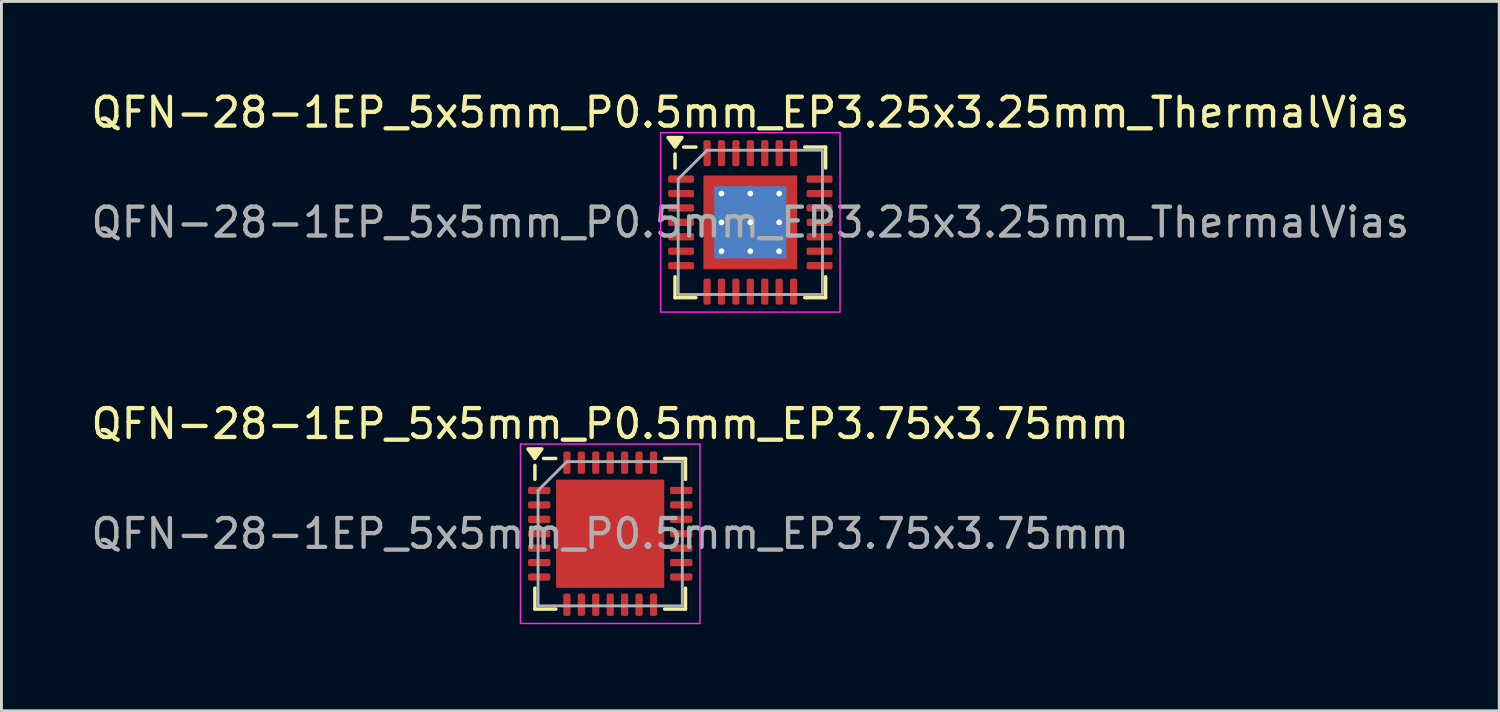
<source format=kicad_pcb>
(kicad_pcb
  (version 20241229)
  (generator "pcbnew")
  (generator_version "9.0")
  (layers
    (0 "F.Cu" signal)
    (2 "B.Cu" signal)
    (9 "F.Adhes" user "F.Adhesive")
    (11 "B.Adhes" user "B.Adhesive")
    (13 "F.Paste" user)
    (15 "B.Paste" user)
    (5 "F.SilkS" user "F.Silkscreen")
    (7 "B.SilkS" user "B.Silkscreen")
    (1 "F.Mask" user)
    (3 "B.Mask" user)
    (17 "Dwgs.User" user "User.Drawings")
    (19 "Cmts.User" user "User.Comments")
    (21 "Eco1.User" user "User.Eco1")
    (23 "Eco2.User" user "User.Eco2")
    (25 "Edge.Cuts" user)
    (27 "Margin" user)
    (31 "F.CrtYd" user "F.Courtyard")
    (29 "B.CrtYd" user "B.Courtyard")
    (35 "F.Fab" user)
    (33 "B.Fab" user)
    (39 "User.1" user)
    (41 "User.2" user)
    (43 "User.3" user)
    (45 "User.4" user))
  (footprint "QFN-28-1EP_5x5mm_P0.5mm_EP3.25x3.25mm_ThermalVias"
    (layer "F.Cu")
    (at 22.958 4.658)
    (property "Reference" "QFN-28-1EP_5x5mm_P0.5mm_EP3.25x3.25mm_ThermalVias" (at 0 -3.81 0) (layer "F.SilkS") (effects (font (size 1 1) (thickness 0.15))))
    (attr smd)
    (fp_line (start -2.61 -1.885) (end -2.61 -2.37) (stroke (width 0.12) (type solid)) (layer "F.SilkS"))
    (fp_line (start -2.61 2.61) (end -2.61 1.885) (stroke (width 0.12) (type solid)) (layer "F.SilkS"))
    (fp_line (start -1.885 -2.61) (end -2.31 -2.61) (stroke (width 0.12) (type solid)) (layer "F.SilkS"))
    (fp_line (start -1.885 2.61) (end -2.61 2.61) (stroke (width 0.12) (type solid)) (layer "F.SilkS"))
    (fp_line (start 1.885 -2.61) (end 2.61 -2.61) (stroke (width 0.12) (type solid)) (layer "F.SilkS"))
    (fp_line (start 1.885 2.61) (end 2.61 2.61) (stroke (width 0.12) (type solid)) (layer "F.SilkS"))
    (fp_line (start 2.61 -2.61) (end 2.61 -1.885) (stroke (width 0.12) (type solid)) (layer "F.SilkS"))
    (fp_line (start 2.61 2.61) (end 2.61 1.885) (stroke (width 0.12) (type solid)) (layer "F.SilkS"))
    (fp_poly (pts (xy -2.61 -2.61) (xy -2.85 -2.94) (xy -2.37 -2.94)) (stroke (width 0.12) (type solid)) (fill yes) (layer "F.SilkS"))
    (fp_rect (start -3.11 -3.11) (end 3.11 3.11) (stroke (width 0.05) (type solid)) (fill no) (layer "F.CrtYd"))
    (fp_poly (pts (xy -2.5 -1.5) (xy -2.5 2.5) (xy 2.5 2.5) (xy 2.5 -2.5) (xy -1.5 -2.5)) (stroke (width 0.1) (type solid)) (fill no) (layer "F.Fab"))
    (fp_text user "${REFERENCE}" (at 0 0 0) (layer "F.Fab") (effects (font (size 1 1) (thickness 0.15))))
    (pad "" smd custom (at -1.312 -1.312) (size 0.342 0.342) (layers "F.Paste") (options (anchor circle)) (primitives (gr_poly (pts (xy -0.128 -0.128) (xy 0.128 -0.128) (xy 0.128 -0.037) (xy -0.037 0.128) (xy -0.128 0.128)) (width 0.256) (fill yes))))
    (pad "" smd custom (at -1.312 -0.5) (size 0.366 0.366) (layers "F.Paste") (options (anchor circle)) (primitives (gr_poly (pts (xy -0.128 -0.281) (xy -0.003 -0.281) (xy 0.128 -0.15) (xy 0.128 0.15) (xy -0.003 0.281) (xy -0.128 0.281)) (width 0.256) (fill yes))))
    (pad "" smd custom (at -1.312 0.5) (size 0.366 0.366) (layers "F.Paste") (options (anchor circle)) (primitives (gr_poly (pts (xy -0.128 -0.281) (xy -0.003 -0.281) (xy 0.128 -0.15) (xy 0.128 0.15) (xy -0.003 0.281) (xy -0.128 0.281)) (width 0.256) (fill yes))))
    (pad "" smd custom (at -1.312 1.312) (size 0.342 0.342) (layers "F.Paste") (options (anchor circle)) (primitives (gr_poly (pts (xy -0.128 -0.128) (xy -0.037 -0.128) (xy 0.128 0.037) (xy 0.128 0.128) (xy -0.128 0.128)) (width 0.256) (fill yes))))
    (pad "" smd custom (at -0.5 -1.312) (size 0.366 0.366) (layers "F.Paste") (options (anchor circle)) (primitives (gr_poly (pts (xy -0.281 -0.128) (xy 0.281 -0.128) (xy 0.281 -0.003) (xy 0.15 0.128) (xy -0.15 0.128) (xy -0.281 -0.003)) (width 0.256) (fill yes))))
    (pad "" smd custom (at -0.5 -0.5) (size 0.697 0.697) (layers "F.Paste") (options (anchor circle)) (primitives (gr_poly (pts (xy -0.288 -0.187) (xy -0.187 -0.288) (xy 0.187 -0.288) (xy 0.288 -0.187) (xy 0.288 0.187) (xy 0.187 0.288) (xy -0.187 0.288) (xy -0.288 0.187)) (width 0.243) (fill yes))))
    (pad "" smd custom (at -0.5 0.5) (size 0.697 0.697) (layers "F.Paste") (options (anchor circle)) (primitives (gr_poly (pts (xy -0.288 -0.187) (xy -0.187 -0.288) (xy 0.187 -0.288) (xy 0.288 -0.187) (xy 0.288 0.187) (xy 0.187 0.288) (xy -0.187 0.288) (xy -0.288 0.187)) (width 0.243) (fill yes))))
    (pad "" smd custom (at -0.5 1.312) (size 0.366 0.366) (layers "F.Paste") (options (anchor circle)) (primitives (gr_poly (pts (xy -0.281 0.003) (xy -0.15 -0.128) (xy 0.15 -0.128) (xy 0.281 0.003) (xy 0.281 0.128) (xy -0.281 0.128)) (width 0.256) (fill yes))))
    (pad "" smd custom (at 0.5 -1.312) (size 0.366 0.366) (layers "F.Paste") (options (anchor circle)) (primitives (gr_poly (pts (xy -0.281 -0.128) (xy 0.281 -0.128) (xy 0.281 -0.003) (xy 0.15 0.128) (xy -0.15 0.128) (xy -0.281 -0.003)) (width 0.256) (fill yes))))
    (pad "" smd custom (at 0.5 -0.5) (size 0.697 0.697) (layers "F.Paste") (options (anchor circle)) (primitives (gr_poly (pts (xy -0.288 -0.187) (xy -0.187 -0.288) (xy 0.187 -0.288) (xy 0.288 -0.187) (xy 0.288 0.187) (xy 0.187 0.288) (xy -0.187 0.288) (xy -0.288 0.187)) (width 0.243) (fill yes))))
    (pad "" smd custom (at 0.5 0.5) (size 0.697 0.697) (layers "F.Paste") (options (anchor circle)) (primitives (gr_poly (pts (xy -0.288 -0.187) (xy -0.187 -0.288) (xy 0.187 -0.288) (xy 0.288 -0.187) (xy 0.288 0.187) (xy 0.187 0.288) (xy -0.187 0.288) (xy -0.288 0.187)) (width 0.243) (fill yes))))
    (pad "" smd custom (at 0.5 1.312) (size 0.366 0.366) (layers "F.Paste") (options (anchor circle)) (primitives (gr_poly (pts (xy -0.281 0.003) (xy -0.15 -0.128) (xy 0.15 -0.128) (xy 0.281 0.003) (xy 0.281 0.128) (xy -0.281 0.128)) (width 0.256) (fill yes))))
    (pad "" smd custom (at 1.312 -1.312) (size 0.342 0.342) (layers "F.Paste") (options (anchor circle)) (primitives (gr_poly (pts (xy -0.128 -0.128) (xy 0.128 -0.128) (xy 0.128 0.128) (xy 0.037 0.128) (xy -0.128 -0.037)) (width 0.256) (fill yes))))
    (pad "" smd custom (at 1.312 -0.5) (size 0.366 0.366) (layers "F.Paste") (options (anchor circle)) (primitives (gr_poly (pts (xy -0.128 -0.15) (xy 0.003 -0.281) (xy 0.128 -0.281) (xy 0.128 0.281) (xy 0.003 0.281) (xy -0.128 0.15)) (width 0.256) (fill yes))))
    (pad "" smd custom (at 1.312 0.5) (size 0.366 0.366) (layers "F.Paste") (options (anchor circle)) (primitives (gr_poly (pts (xy -0.128 -0.15) (xy 0.003 -0.281) (xy 0.128 -0.281) (xy 0.128 0.281) (xy 0.003 0.281) (xy -0.128 0.15)) (width 0.256) (fill yes))))
    (pad "" smd custom (at 1.312 1.312) (size 0.342 0.342) (layers "F.Paste") (options (anchor circle)) (primitives (gr_poly (pts (xy -0.128 0.037) (xy 0.037 -0.128) (xy 0.128 -0.128) (xy 0.128 0.128) (xy -0.128 0.128)) (width 0.256) (fill yes))))
    (pad "1" smd roundrect (at -2.4 -1.5) (size 0.9 0.25) (layers "F.Cu" "F.Mask" "F.Paste") (roundrect_rratio 0.25))
    (pad "2" smd roundrect (at -2.4 -1) (size 0.9 0.25) (layers "F.Cu" "F.Mask" "F.Paste") (roundrect_rratio 0.25))
    (pad "3" smd roundrect (at -2.4 -0.5) (size 0.9 0.25) (layers "F.Cu" "F.Mask" "F.Paste") (roundrect_rratio 0.25))
    (pad "4" smd roundrect (at -2.4 0) (size 0.9 0.25) (layers "F.Cu" "F.Mask" "F.Paste") (roundrect_rratio 0.25))
    (pad "5" smd roundrect (at -2.4 0.5) (size 0.9 0.25) (layers "F.Cu" "F.Mask" "F.Paste") (roundrect_rratio 0.25))
    (pad "6" smd roundrect (at -2.4 1) (size 0.9 0.25) (layers "F.Cu" "F.Mask" "F.Paste") (roundrect_rratio 0.25))
    (pad "7" smd roundrect (at -2.4 1.5) (size 0.9 0.25) (layers "F.Cu" "F.Mask" "F.Paste") (roundrect_rratio 0.25))
    (pad "8" smd roundrect (at -1.5 2.4) (size 0.25 0.9) (layers "F.Cu" "F.Mask" "F.Paste") (roundrect_rratio 0.25))
    (pad "9" smd roundrect (at -1 2.4) (size 0.25 0.9) (layers "F.Cu" "F.Mask" "F.Paste") (roundrect_rratio 0.25))
    (pad "10" smd roundrect (at -0.5 2.4) (size 0.25 0.9) (layers "F.Cu" "F.Mask" "F.Paste") (roundrect_rratio 0.25))
    (pad "11" smd roundrect (at 0 2.4) (size 0.25 0.9) (layers "F.Cu" "F.Mask" "F.Paste") (roundrect_rratio 0.25))
    (pad "12" smd roundrect (at 0.5 2.4) (size 0.25 0.9) (layers "F.Cu" "F.Mask" "F.Paste") (roundrect_rratio 0.25))
    (pad "13" smd roundrect (at 1 2.4) (size 0.25 0.9) (layers "F.Cu" "F.Mask" "F.Paste") (roundrect_rratio 0.25))
    (pad "14" smd roundrect (at 1.5 2.4) (size 0.25 0.9) (layers "F.Cu" "F.Mask" "F.Paste") (roundrect_rratio 0.25))
    (pad "15" smd roundrect (at 2.4 1.5) (size 0.9 0.25) (layers "F.Cu" "F.Mask" "F.Paste") (roundrect_rratio 0.25))
    (pad "16" smd roundrect (at 2.4 1) (size 0.9 0.25) (layers "F.Cu" "F.Mask" "F.Paste") (roundrect_rratio 0.25))
    (pad "17" smd roundrect (at 2.4 0.5) (size 0.9 0.25) (layers "F.Cu" "F.Mask" "F.Paste") (roundrect_rratio 0.25))
    (pad "18" smd roundrect (at 2.4 0) (size 0.9 0.25) (layers "F.Cu" "F.Mask" "F.Paste") (roundrect_rratio 0.25))
    (pad "19" smd roundrect (at 2.4 -0.5) (size 0.9 0.25) (layers "F.Cu" "F.Mask" "F.Paste") (roundrect_rratio 0.25))
    (pad "20" smd roundrect (at 2.4 -1) (size 0.9 0.25) (layers "F.Cu" "F.Mask" "F.Paste") (roundrect_rratio 0.25))
    (pad "21" smd roundrect (at 2.4 -1.5) (size 0.9 0.25) (layers "F.Cu" "F.Mask" "F.Paste") (roundrect_rratio 0.25))
    (pad "22" smd roundrect (at 1.5 -2.4) (size 0.25 0.9) (layers "F.Cu" "F.Mask" "F.Paste") (roundrect_rratio 0.25))
    (pad "23" smd roundrect (at 1 -2.4) (size 0.25 0.9) (layers "F.Cu" "F.Mask" "F.Paste") (roundrect_rratio 0.25))
    (pad "24" smd roundrect (at 0.5 -2.4) (size 0.25 0.9) (layers "F.Cu" "F.Mask" "F.Paste") (roundrect_rratio 0.25))
    (pad "25" smd roundrect (at 0 -2.4) (size 0.25 0.9) (layers "F.Cu" "F.Mask" "F.Paste") (roundrect_rratio 0.25))
    (pad "26" smd roundrect (at -0.5 -2.4) (size 0.25 0.9) (layers "F.Cu" "F.Mask" "F.Paste") (roundrect_rratio 0.25))
    (pad "27" smd roundrect (at -1 -2.4) (size 0.25 0.9) (layers "F.Cu" "F.Mask" "F.Paste") (roundrect_rratio 0.25))
    (pad "28" smd roundrect (at -1.5 -2.4) (size 0.25 0.9) (layers "F.Cu" "F.Mask" "F.Paste") (roundrect_rratio 0.25))
    (pad "29" thru_hole circle (at -1 -1) (size 0.5 0.5) (drill 0.2) (property pad_prop_heatsink) (layers "*.Cu"))
    (pad "29" thru_hole circle (at -1 0) (size 0.5 0.5) (drill 0.2) (property pad_prop_heatsink) (layers "*.Cu"))
    (pad "29" thru_hole circle (at -1 1) (size 0.5 0.5) (drill 0.2) (property pad_prop_heatsink) (layers "*.Cu"))
    (pad "29" thru_hole circle (at 0 -1) (size 0.5 0.5) (drill 0.2) (property pad_prop_heatsink) (layers "*.Cu"))
    (pad "29" thru_hole circle (at 0 0) (size 0.5 0.5) (drill 0.2) (property pad_prop_heatsink) (layers "*.Cu"))
    (pad "29" smd rect (at 0 0) (size 2.5 2.5) (property pad_prop_heatsink) (layers "B.Cu"))
    (pad "29" smd rect (at 0 0) (size 3.25 3.25) (property pad_prop_heatsink) (layers "F.Cu" "F.Mask"))
    (pad "29" thru_hole circle (at 0 1) (size 0.5 0.5) (drill 0.2) (property pad_prop_heatsink) (layers "*.Cu"))
    (pad "29" thru_hole circle (at 1 -1) (size 0.5 0.5) (drill 0.2) (property pad_prop_heatsink) (layers "*.Cu"))
    (pad "29" thru_hole circle (at 1 0) (size 0.5 0.5) (drill 0.2) (property pad_prop_heatsink) (layers "*.Cu"))
    (pad "29" thru_hole circle (at 1 1) (size 0.5 0.5) (drill 0.2) (property pad_prop_heatsink) (layers "*.Cu")))
  (footprint "QFN-28-1EP_5x5mm_P0.5mm_EP3.75x3.75mm"
    (layer "F.Cu")
    (at 18.101 15.451)
    (property "Reference" "QFN-28-1EP_5x5mm_P0.5mm_EP3.75x3.75mm" (at 0 -3.81 0) (layer "F.SilkS") (effects (font (size 1 1) (thickness 0.15))))
    (attr smd)
    (fp_line (start -2.61 -1.885) (end -2.61 -2.37) (stroke (width 0.12) (type solid)) (layer "F.SilkS"))
    (fp_line (start -2.61 2.61) (end -2.61 1.885) (stroke (width 0.12) (type solid)) (layer "F.SilkS"))
    (fp_line (start -1.885 -2.61) (end -2.31 -2.61) (stroke (width 0.12) (type solid)) (layer "F.SilkS"))
    (fp_line (start -1.885 2.61) (end -2.61 2.61) (stroke (width 0.12) (type solid)) (layer "F.SilkS"))
    (fp_line (start 1.885 -2.61) (end 2.61 -2.61) (stroke (width 0.12) (type solid)) (layer "F.SilkS"))
    (fp_line (start 1.885 2.61) (end 2.61 2.61) (stroke (width 0.12) (type solid)) (layer "F.SilkS"))
    (fp_line (start 2.61 -2.61) (end 2.61 -1.885) (stroke (width 0.12) (type solid)) (layer "F.SilkS"))
    (fp_line (start 2.61 2.61) (end 2.61 1.885) (stroke (width 0.12) (type solid)) (layer "F.SilkS"))
    (fp_poly (pts (xy -2.61 -2.61) (xy -2.85 -2.94) (xy -2.37 -2.94) (xy -2.61 -2.61)) (stroke (width 0.12) (type solid)) (fill yes) (layer "F.SilkS"))
    (fp_line (start -3.11 -3.11) (end -3.11 3.11) (stroke (width 0.05) (type solid)) (layer "F.CrtYd"))
    (fp_line (start -3.11 3.11) (end 3.11 3.11) (stroke (width 0.05) (type solid)) (layer "F.CrtYd"))
    (fp_line (start 3.11 -3.11) (end -3.11 -3.11) (stroke (width 0.05) (type solid)) (layer "F.CrtYd"))
    (fp_line (start 3.11 3.11) (end 3.11 -3.11) (stroke (width 0.05) (type solid)) (layer "F.CrtYd"))
    (fp_line (start -2.5 -1.5) (end -1.5 -2.5) (stroke (width 0.1) (type solid)) (layer "F.Fab"))
    (fp_line (start -2.5 2.5) (end -2.5 -1.5) (stroke (width 0.1) (type solid)) (layer "F.Fab"))
    (fp_line (start -1.5 -2.5) (end 2.5 -2.5) (stroke (width 0.1) (type solid)) (layer "F.Fab"))
    (fp_line (start 2.5 -2.5) (end 2.5 2.5) (stroke (width 0.1) (type solid)) (layer "F.Fab"))
    (fp_line (start 2.5 2.5) (end -2.5 2.5) (stroke (width 0.1) (type solid)) (layer "F.Fab"))
    (fp_text user "${REFERENCE}" (at 0 0 0) (layer "F.Fab") (effects (font (size 1 1) (thickness 0.15))))
    (pad "" smd roundrect (at -1.25 -1.25) (size 1.01 1.01) (layers "F.Paste") (roundrect_rratio 0.248))
    (pad "" smd roundrect (at -1.25 0) (size 1.01 1.01) (layers "F.Paste") (roundrect_rratio 0.248))
    (pad "" smd roundrect (at -1.25 1.25) (size 1.01 1.01) (layers "F.Paste") (roundrect_rratio 0.248))
    (pad "" smd roundrect (at 0 -1.25) (size 1.01 1.01) (layers "F.Paste") (roundrect_rratio 0.248))
    (pad "" smd roundrect (at 0 0) (size 1.01 1.01) (layers "F.Paste") (roundrect_rratio 0.248))
    (pad "" smd roundrect (at 0 1.25) (size 1.01 1.01) (layers "F.Paste") (roundrect_rratio 0.248))
    (pad "" smd roundrect (at 1.25 -1.25) (size 1.01 1.01) (layers "F.Paste") (roundrect_rratio 0.248))
    (pad "" smd roundrect (at 1.25 0) (size 1.01 1.01) (layers "F.Paste") (roundrect_rratio 0.248))
    (pad "" smd roundrect (at 1.25 1.25) (size 1.01 1.01) (layers "F.Paste") (roundrect_rratio 0.248))
    (pad "1" smd roundrect (at -2.462 -1.5) (size 0.775 0.25) (layers "F.Cu" "F.Mask" "F.Paste") (roundrect_rratio 0.25))
    (pad "2" smd roundrect (at -2.462 -1) (size 0.775 0.25) (layers "F.Cu" "F.Mask" "F.Paste") (roundrect_rratio 0.25))
    (pad "3" smd roundrect (at -2.462 -0.5) (size 0.775 0.25) (layers "F.Cu" "F.Mask" "F.Paste") (roundrect_rratio 0.25))
    (pad "4" smd roundrect (at -2.462 0) (size 0.775 0.25) (layers "F.Cu" "F.Mask" "F.Paste") (roundrect_rratio 0.25))
    (pad "5" smd roundrect (at -2.462 0.5) (size 0.775 0.25) (layers "F.Cu" "F.Mask" "F.Paste") (roundrect_rratio 0.25))
    (pad "6" smd roundrect (at -2.462 1) (size 0.775 0.25) (layers "F.Cu" "F.Mask" "F.Paste") (roundrect_rratio 0.25))
    (pad "7" smd roundrect (at -2.462 1.5) (size 0.775 0.25) (layers "F.Cu" "F.Mask" "F.Paste") (roundrect_rratio 0.25))
    (pad "8" smd roundrect (at -1.5 2.462) (size 0.25 0.775) (layers "F.Cu" "F.Mask" "F.Paste") (roundrect_rratio 0.25))
    (pad "9" smd roundrect (at -1 2.462) (size 0.25 0.775) (layers "F.Cu" "F.Mask" "F.Paste") (roundrect_rratio 0.25))
    (pad "10" smd roundrect (at -0.5 2.462) (size 0.25 0.775) (layers "F.Cu" "F.Mask" "F.Paste") (roundrect_rratio 0.25))
    (pad "11" smd roundrect (at 0 2.462) (size 0.25 0.775) (layers "F.Cu" "F.Mask" "F.Paste") (roundrect_rratio 0.25))
    (pad "12" smd roundrect (at 0.5 2.462) (size 0.25 0.775) (layers "F.Cu" "F.Mask" "F.Paste") (roundrect_rratio 0.25))
    (pad "13" smd roundrect (at 1 2.462) (size 0.25 0.775) (layers "F.Cu" "F.Mask" "F.Paste") (roundrect_rratio 0.25))
    (pad "14" smd roundrect (at 1.5 2.462) (size 0.25 0.775) (layers "F.Cu" "F.Mask" "F.Paste") (roundrect_rratio 0.25))
    (pad "15" smd roundrect (at 2.462 1.5) (size 0.775 0.25) (layers "F.Cu" "F.Mask" "F.Paste") (roundrect_rratio 0.25))
    (pad "16" smd roundrect (at 2.462 1) (size 0.775 0.25) (layers "F.Cu" "F.Mask" "F.Paste") (roundrect_rratio 0.25))
    (pad "17" smd roundrect (at 2.462 0.5) (size 0.775 0.25) (layers "F.Cu" "F.Mask" "F.Paste") (roundrect_rratio 0.25))
    (pad "18" smd roundrect (at 2.462 0) (size 0.775 0.25) (layers "F.Cu" "F.Mask" "F.Paste") (roundrect_rratio 0.25))
    (pad "19" smd roundrect (at 2.462 -0.5) (size 0.775 0.25) (layers "F.Cu" "F.Mask" "F.Paste") (roundrect_rratio 0.25))
    (pad "20" smd roundrect (at 2.462 -1) (size 0.775 0.25) (layers "F.Cu" "F.Mask" "F.Paste") (roundrect_rratio 0.25))
    (pad "21" smd roundrect (at 2.462 -1.5) (size 0.775 0.25) (layers "F.Cu" "F.Mask" "F.Paste") (roundrect_rratio 0.25))
    (pad "22" smd roundrect (at 1.5 -2.462) (size 0.25 0.775) (layers "F.Cu" "F.Mask" "F.Paste") (roundrect_rratio 0.25))
    (pad "23" smd roundrect (at 1 -2.462) (size 0.25 0.775) (layers "F.Cu" "F.Mask" "F.Paste") (roundrect_rratio 0.25))
    (pad "24" smd roundrect (at 0.5 -2.462) (size 0.25 0.775) (layers "F.Cu" "F.Mask" "F.Paste") (roundrect_rratio 0.25))
    (pad "25" smd roundrect (at 0 -2.462) (size 0.25 0.775) (layers "F.Cu" "F.Mask" "F.Paste") (roundrect_rratio 0.25))
    (pad "26" smd roundrect (at -0.5 -2.462) (size 0.25 0.775) (layers "F.Cu" "F.Mask" "F.Paste") (roundrect_rratio 0.25))
    (pad "27" smd roundrect (at -1 -2.462) (size 0.25 0.775) (layers "F.Cu" "F.Mask" "F.Paste") (roundrect_rratio 0.25))
    (pad "28" smd roundrect (at -1.5 -2.462) (size 0.25 0.775) (layers "F.Cu" "F.Mask" "F.Paste") (roundrect_rratio 0.25))
    (pad "29" smd rect (at 0 0) (size 3.75 3.75) (property pad_prop_heatsink) (layers "F.Cu" "F.Mask")))
  (gr_rect
    (start -3 -3)
    (end 48.917 21.587)
    (stroke (width 0.1) (type default))
    (fill no)
    (layer "Edge.Cuts")))
</source>
